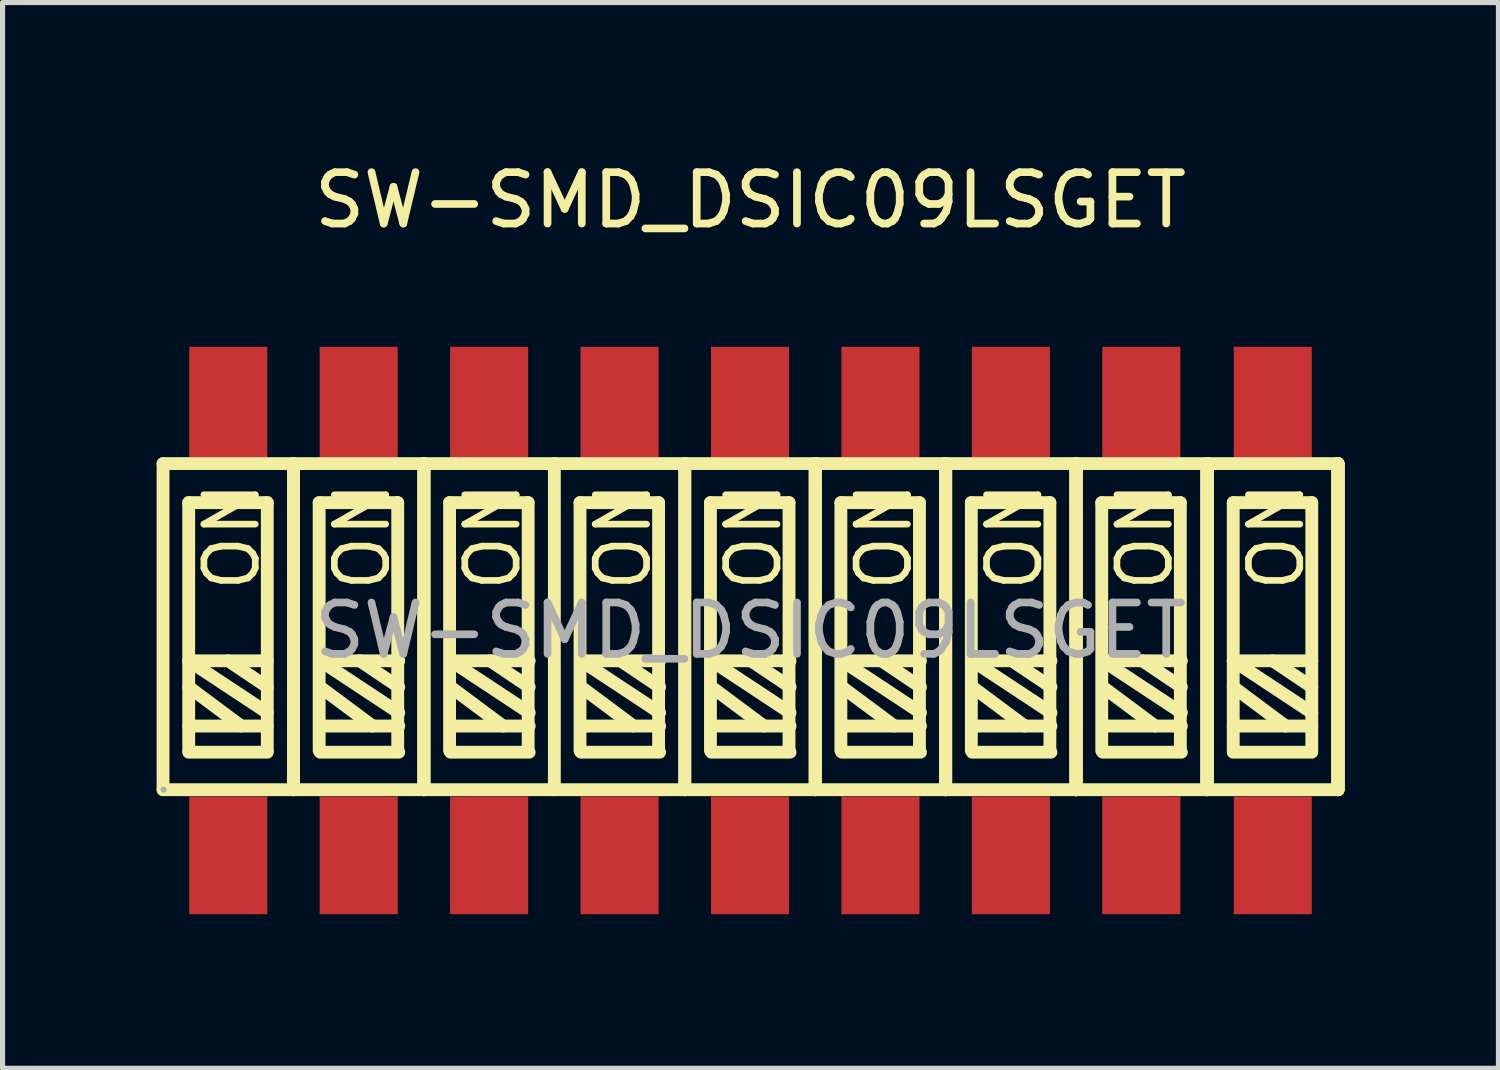
<source format=kicad_pcb>
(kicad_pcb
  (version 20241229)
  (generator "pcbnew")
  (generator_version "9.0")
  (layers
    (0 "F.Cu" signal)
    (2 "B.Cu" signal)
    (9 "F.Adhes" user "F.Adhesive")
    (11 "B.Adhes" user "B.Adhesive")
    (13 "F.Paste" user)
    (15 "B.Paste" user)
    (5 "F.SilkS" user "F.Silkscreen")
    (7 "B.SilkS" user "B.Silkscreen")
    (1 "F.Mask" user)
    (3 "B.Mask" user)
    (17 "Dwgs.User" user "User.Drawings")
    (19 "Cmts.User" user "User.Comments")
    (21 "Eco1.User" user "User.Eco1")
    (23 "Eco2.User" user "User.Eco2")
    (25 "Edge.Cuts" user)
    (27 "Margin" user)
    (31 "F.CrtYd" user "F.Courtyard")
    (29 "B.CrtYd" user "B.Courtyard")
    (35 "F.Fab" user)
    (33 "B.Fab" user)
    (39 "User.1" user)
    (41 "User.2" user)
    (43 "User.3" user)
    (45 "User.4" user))
  (footprint "SW-SMD_DSIC09LSGET"
    (layer "F.Cu")
    (at 11.565 9.228)
    (property "Reference" "SW-SMD_DSIC09LSGET" (at 0 -8.38 0) (layer "F.SilkS") (effects (font (size 1 1) (thickness 0.15))))
    (attr through_hole)
    (fp_line (start -11.44 -3.25) (end -11.44 3.1) (stroke (width 0.25) (type solid)) (layer "F.SilkS"))
    (fp_line (start -11.44 3.1) (end -8.9 3.1) (stroke (width 0.25) (type solid)) (layer "F.SilkS"))
    (fp_line (start -10.94 -2.49) (end -10.94 2.34) (stroke (width 0.25) (type solid)) (layer "F.SilkS"))
    (fp_line (start -10.94 0.59) (end -9.41 1.6) (stroke (width 0.25) (type solid)) (layer "F.SilkS"))
    (fp_line (start -10.94 1.1) (end -9.92 1.86) (stroke (width 0.25) (type solid)) (layer "F.SilkS"))
    (fp_line (start -10.94 1.86) (end -9.41 1.86) (stroke (width 0.25) (type solid)) (layer "F.SilkS"))
    (fp_line (start -10.94 2.37) (end -9.41 2.37) (stroke (width 0.25) (type solid)) (layer "F.SilkS"))
    (fp_line (start -10.17 0.59) (end -9.41 1.1) (stroke (width 0.25) (type solid)) (layer "F.SilkS"))
    (fp_line (start -9.41 -2.49) (end -10.94 -2.49) (stroke (width 0.25) (type solid)) (layer "F.SilkS"))
    (fp_line (start -9.41 0.59) (end -10.94 0.59) (stroke (width 0.25) (type solid)) (layer "F.SilkS"))
    (fp_line (start -9.41 2.34) (end -9.41 -2.49) (stroke (width 0.25) (type solid)) (layer "F.SilkS"))
    (fp_line (start -8.9 -3.25) (end -11.44 -3.25) (stroke (width 0.25) (type solid)) (layer "F.SilkS"))
    (fp_line (start -8.9 -3.25) (end -6.36 -3.25) (stroke (width 0.25) (type solid)) (layer "F.SilkS"))
    (fp_line (start -8.9 3.1) (end -8.9 -3.25) (stroke (width 0.25) (type solid)) (layer "F.SilkS"))
    (fp_line (start -8.9 3.1) (end -8.9 -3.25) (stroke (width 0.25) (type solid)) (layer "F.SilkS"))
    (fp_line (start -8.4 -2.49) (end -6.87 -2.49) (stroke (width 0.25) (type solid)) (layer "F.SilkS"))
    (fp_line (start -8.4 2.34) (end -8.4 -2.49) (stroke (width 0.25) (type solid)) (layer "F.SilkS"))
    (fp_line (start -8.38 0.59) (end -6.85 1.6) (stroke (width 0.25) (type solid)) (layer "F.SilkS"))
    (fp_line (start -8.38 1.1) (end -7.36 1.86) (stroke (width 0.25) (type solid)) (layer "F.SilkS"))
    (fp_line (start -8.38 1.86) (end -6.85 1.86) (stroke (width 0.25) (type solid)) (layer "F.SilkS"))
    (fp_line (start -8.38 2.37) (end -6.85 2.37) (stroke (width 0.25) (type solid)) (layer "F.SilkS"))
    (fp_line (start -7.61 0.59) (end -6.85 1.1) (stroke (width 0.25) (type solid)) (layer "F.SilkS"))
    (fp_line (start -6.87 -2.49) (end -6.87 2.34) (stroke (width 0.25) (type solid)) (layer "F.SilkS"))
    (fp_line (start -6.85 0.59) (end -8.38 0.59) (stroke (width 0.25) (type solid)) (layer "F.SilkS"))
    (fp_line (start -6.36 -3.25) (end -6.36 3.1) (stroke (width 0.25) (type solid)) (layer "F.SilkS"))
    (fp_line (start -6.36 -3.25) (end -3.82 -3.25) (stroke (width 0.25) (type solid)) (layer "F.SilkS"))
    (fp_line (start -6.36 3.1) (end -8.9 3.1) (stroke (width 0.25) (type solid)) (layer "F.SilkS"))
    (fp_line (start -6.36 3.1) (end -6.36 -3.25) (stroke (width 0.25) (type solid)) (layer "F.SilkS"))
    (fp_line (start -6.36 3.1) (end -6.36 -3.25) (stroke (width 0.25) (type solid)) (layer "F.SilkS"))
    (fp_line (start -5.86 -2.49) (end -5.86 2.34) (stroke (width 0.25) (type solid)) (layer "F.SilkS"))
    (fp_line (start -5.84 0.59) (end -4.31 0.59) (stroke (width 0.25) (type solid)) (layer "F.SilkS"))
    (fp_line (start -5.84 1.1) (end -4.82 1.86) (stroke (width 0.25) (type solid)) (layer "F.SilkS"))
    (fp_line (start -5.84 1.86) (end -4.31 1.86) (stroke (width 0.25) (type solid)) (layer "F.SilkS"))
    (fp_line (start -5.07 0.59) (end -4.31 1.1) (stroke (width 0.25) (type solid)) (layer "F.SilkS"))
    (fp_line (start -4.33 -2.49) (end -5.86 -2.49) (stroke (width 0.25) (type solid)) (layer "F.SilkS"))
    (fp_line (start -4.33 2.34) (end -4.33 -2.49) (stroke (width 0.25) (type solid)) (layer "F.SilkS"))
    (fp_line (start -4.31 1.6) (end -5.84 0.59) (stroke (width 0.25) (type solid)) (layer "F.SilkS"))
    (fp_line (start -4.31 2.37) (end -5.84 2.37) (stroke (width 0.25) (type solid)) (layer "F.SilkS"))
    (fp_line (start -3.82 -3.25) (end -1.28 -3.25) (stroke (width 0.25) (type solid)) (layer "F.SilkS"))
    (fp_line (start -3.82 3.1) (end -6.36 3.1) (stroke (width 0.25) (type solid)) (layer "F.SilkS"))
    (fp_line (start -3.82 3.1) (end -3.82 -3.25) (stroke (width 0.25) (type solid)) (layer "F.SilkS"))
    (fp_line (start -3.32 -2.49) (end -1.79 -2.49) (stroke (width 0.25) (type solid)) (layer "F.SilkS"))
    (fp_line (start -3.32 2.34) (end -3.32 -2.49) (stroke (width 0.25) (type solid)) (layer "F.SilkS"))
    (fp_line (start -3.3 0.59) (end -1.77 1.6) (stroke (width 0.25) (type solid)) (layer "F.SilkS"))
    (fp_line (start -3.3 1.1) (end -2.28 1.86) (stroke (width 0.25) (type solid)) (layer "F.SilkS"))
    (fp_line (start -3.3 1.86) (end -1.77 1.86) (stroke (width 0.25) (type solid)) (layer "F.SilkS"))
    (fp_line (start -3.3 2.37) (end -1.77 2.37) (stroke (width 0.25) (type solid)) (layer "F.SilkS"))
    (fp_line (start -2.53 0.59) (end -1.77 1.1) (stroke (width 0.25) (type solid)) (layer "F.SilkS"))
    (fp_line (start -1.79 -2.49) (end -1.79 2.34) (stroke (width 0.25) (type solid)) (layer "F.SilkS"))
    (fp_line (start -1.77 0.59) (end -3.3 0.59) (stroke (width 0.25) (type solid)) (layer "F.SilkS"))
    (fp_line (start -1.28 -3.25) (end -1.28 3.1) (stroke (width 0.25) (type solid)) (layer "F.SilkS"))
    (fp_line (start -1.28 -3.25) (end 1.26 -3.25) (stroke (width 0.25) (type solid)) (layer "F.SilkS"))
    (fp_line (start -1.28 3.1) (end -3.82 3.1) (stroke (width 0.25) (type solid)) (layer "F.SilkS"))
    (fp_line (start -1.28 3.1) (end -1.28 -3.25) (stroke (width 0.25) (type solid)) (layer "F.SilkS"))
    (fp_line (start -0.78 -2.49) (end -0.78 2.34) (stroke (width 0.25) (type solid)) (layer "F.SilkS"))
    (fp_line (start -0.76 0.59) (end 0.77 0.59) (stroke (width 0.25) (type solid)) (layer "F.SilkS"))
    (fp_line (start -0.76 1.1) (end 0.26 1.86) (stroke (width 0.25) (type solid)) (layer "F.SilkS"))
    (fp_line (start -0.76 1.86) (end 0.77 1.86) (stroke (width 0.25) (type solid)) (layer "F.SilkS"))
    (fp_line (start 0.01 0.59) (end 0.77 1.1) (stroke (width 0.25) (type solid)) (layer "F.SilkS"))
    (fp_line (start 0.75 -2.49) (end -0.78 -2.49) (stroke (width 0.25) (type solid)) (layer "F.SilkS"))
    (fp_line (start 0.75 2.34) (end 0.75 -2.49) (stroke (width 0.25) (type solid)) (layer "F.SilkS"))
    (fp_line (start 0.77 1.6) (end -0.76 0.59) (stroke (width 0.25) (type solid)) (layer "F.SilkS"))
    (fp_line (start 0.77 2.37) (end -0.76 2.37) (stroke (width 0.25) (type solid)) (layer "F.SilkS"))
    (fp_line (start 1.26 -3.25) (end 1.26 3.1) (stroke (width 0.25) (type solid)) (layer "F.SilkS"))
    (fp_line (start 1.26 -3.25) (end 1.26 3.1) (stroke (width 0.25) (type solid)) (layer "F.SilkS"))
    (fp_line (start 1.26 3.1) (end -1.28 3.1) (stroke (width 0.25) (type solid)) (layer "F.SilkS"))
    (fp_line (start 1.26 3.1) (end 1.26 -3.25) (stroke (width 0.25) (type solid)) (layer "F.SilkS"))
    (fp_line (start 1.26 3.1) (end 3.8 3.1) (stroke (width 0.25) (type solid)) (layer "F.SilkS"))
    (fp_line (start 1.76 -2.49) (end 3.29 -2.49) (stroke (width 0.25) (type solid)) (layer "F.SilkS"))
    (fp_line (start 1.76 2.34) (end 1.76 -2.49) (stroke (width 0.25) (type solid)) (layer "F.SilkS"))
    (fp_line (start 1.78 0.59) (end 3.31 1.6) (stroke (width 0.25) (type solid)) (layer "F.SilkS"))
    (fp_line (start 1.78 1.1) (end 2.8 1.86) (stroke (width 0.25) (type solid)) (layer "F.SilkS"))
    (fp_line (start 1.78 1.86) (end 3.31 1.86) (stroke (width 0.25) (type solid)) (layer "F.SilkS"))
    (fp_line (start 1.78 2.37) (end 3.31 2.37) (stroke (width 0.25) (type solid)) (layer "F.SilkS"))
    (fp_line (start 2.55 0.59) (end 3.31 1.1) (stroke (width 0.25) (type solid)) (layer "F.SilkS"))
    (fp_line (start 3.29 -2.49) (end 3.29 2.34) (stroke (width 0.25) (type solid)) (layer "F.SilkS"))
    (fp_line (start 3.31 0.59) (end 1.78 0.59) (stroke (width 0.25) (type solid)) (layer "F.SilkS"))
    (fp_line (start 3.8 -3.25) (end 1.26 -3.25) (stroke (width 0.25) (type solid)) (layer "F.SilkS"))
    (fp_line (start 3.8 -3.25) (end 3.8 3.1) (stroke (width 0.25) (type solid)) (layer "F.SilkS"))
    (fp_line (start 3.8 -3.25) (end 3.8 3.1) (stroke (width 0.25) (type solid)) (layer "F.SilkS"))
    (fp_line (start 3.8 3.1) (end 3.8 -3.25) (stroke (width 0.25) (type solid)) (layer "F.SilkS"))
    (fp_line (start 3.8 3.1) (end 3.8 -3.25) (stroke (width 0.25) (type solid)) (layer "F.SilkS"))
    (fp_line (start 3.8 3.1) (end 6.34 3.1) (stroke (width 0.25) (type solid)) (layer "F.SilkS"))
    (fp_line (start 4.3 -2.49) (end 4.3 2.34) (stroke (width 0.25) (type solid)) (layer "F.SilkS"))
    (fp_line (start 4.32 0.59) (end 5.85 0.59) (stroke (width 0.25) (type solid)) (layer "F.SilkS"))
    (fp_line (start 4.32 1.1) (end 5.34 1.86) (stroke (width 0.25) (type solid)) (layer "F.SilkS"))
    (fp_line (start 4.32 1.86) (end 5.85 1.86) (stroke (width 0.25) (type solid)) (layer "F.SilkS"))
    (fp_line (start 5.09 0.59) (end 5.85 1.1) (stroke (width 0.25) (type solid)) (layer "F.SilkS"))
    (fp_line (start 5.83 -2.49) (end 4.3 -2.49) (stroke (width 0.25) (type solid)) (layer "F.SilkS"))
    (fp_line (start 5.83 2.34) (end 5.83 -2.49) (stroke (width 0.25) (type solid)) (layer "F.SilkS"))
    (fp_line (start 5.85 1.6) (end 4.32 0.59) (stroke (width 0.25) (type solid)) (layer "F.SilkS"))
    (fp_line (start 5.85 2.37) (end 4.32 2.37) (stroke (width 0.25) (type solid)) (layer "F.SilkS"))
    (fp_line (start 6.34 -3.25) (end 3.8 -3.25) (stroke (width 0.25) (type solid)) (layer "F.SilkS"))
    (fp_line (start 6.34 -3.25) (end 6.34 3.1) (stroke (width 0.25) (type solid)) (layer "F.SilkS"))
    (fp_line (start 6.34 -3.25) (end 8.88 -3.25) (stroke (width 0.25) (type solid)) (layer "F.SilkS"))
    (fp_line (start 6.34 3.1) (end 6.34 -3.25) (stroke (width 0.25) (type solid)) (layer "F.SilkS"))
    (fp_line (start 6.34 3.1) (end 6.34 -3.25) (stroke (width 0.25) (type solid)) (layer "F.SilkS"))
    (fp_line (start 6.34 3.1) (end 6.34 -3.25) (stroke (width 0.25) (type solid)) (layer "F.SilkS"))
    (fp_line (start 6.34 3.1) (end 6.34 -3.25) (stroke (width 0.25) (type solid)) (layer "F.SilkS"))
    (fp_line (start 6.84 -2.49) (end 8.37 -2.49) (stroke (width 0.25) (type solid)) (layer "F.SilkS"))
    (fp_line (start 6.84 2.34) (end 6.84 -2.49) (stroke (width 0.25) (type solid)) (layer "F.SilkS"))
    (fp_line (start 6.86 0.59) (end 8.39 1.6) (stroke (width 0.25) (type solid)) (layer "F.SilkS"))
    (fp_line (start 6.86 1.1) (end 7.88 1.86) (stroke (width 0.25) (type solid)) (layer "F.SilkS"))
    (fp_line (start 6.86 1.86) (end 8.39 1.86) (stroke (width 0.25) (type solid)) (layer "F.SilkS"))
    (fp_line (start 6.86 2.37) (end 8.39 2.37) (stroke (width 0.25) (type solid)) (layer "F.SilkS"))
    (fp_line (start 7.63 0.59) (end 8.39 1.1) (stroke (width 0.25) (type solid)) (layer "F.SilkS"))
    (fp_line (start 8.37 -2.49) (end 8.37 2.34) (stroke (width 0.25) (type solid)) (layer "F.SilkS"))
    (fp_line (start 8.39 0.59) (end 6.86 0.59) (stroke (width 0.25) (type solid)) (layer "F.SilkS"))
    (fp_line (start 8.88 -3.25) (end 8.88 3.1) (stroke (width 0.25) (type solid)) (layer "F.SilkS"))
    (fp_line (start 8.88 3.1) (end 6.34 3.1) (stroke (width 0.25) (type solid)) (layer "F.SilkS"))
    (fp_line (start 8.9 -3.25) (end 8.9 3.1) (stroke (width 0.25) (type solid)) (layer "F.SilkS"))
    (fp_line (start 8.9 -3.25) (end 11.44 -3.25) (stroke (width 0.25) (type solid)) (layer "F.SilkS"))
    (fp_line (start 8.9 3.1) (end 8.9 -3.25) (stroke (width 0.25) (type solid)) (layer "F.SilkS"))
    (fp_line (start 8.9 3.1) (end 8.9 -3.25) (stroke (width 0.25) (type solid)) (layer "F.SilkS"))
    (fp_line (start 8.9 3.1) (end 8.9 -3.25) (stroke (width 0.25) (type solid)) (layer "F.SilkS"))
    (fp_line (start 9.4 -2.49) (end 10.93 -2.49) (stroke (width 0.25) (type solid)) (layer "F.SilkS"))
    (fp_line (start 9.4 0.59) (end 10.93 0.59) (stroke (width 0.25) (type solid)) (layer "F.SilkS"))
    (fp_line (start 9.4 1.1) (end 10.42 1.86) (stroke (width 0.25) (type solid)) (layer "F.SilkS"))
    (fp_line (start 9.4 1.86) (end 10.93 1.86) (stroke (width 0.25) (type solid)) (layer "F.SilkS"))
    (fp_line (start 9.4 2.34) (end 9.4 -2.49) (stroke (width 0.25) (type solid)) (layer "F.SilkS"))
    (fp_line (start 10.17 0.59) (end 10.93 1.1) (stroke (width 0.25) (type solid)) (layer "F.SilkS"))
    (fp_line (start 10.93 -2.49) (end 10.93 2.34) (stroke (width 0.25) (type solid)) (layer "F.SilkS"))
    (fp_line (start 10.93 1.6) (end 9.4 0.59) (stroke (width 0.25) (type solid)) (layer "F.SilkS"))
    (fp_line (start 10.93 2.37) (end 9.4 2.37) (stroke (width 0.25) (type solid)) (layer "F.SilkS"))
    (fp_line (start 11.44 -3.25) (end 11.44 3.1) (stroke (width 0.25) (type solid)) (layer "F.SilkS"))
    (fp_line (start 11.44 -3.25) (end 11.44 3.1) (stroke (width 0.25) (type solid)) (layer "F.SilkS"))
    (fp_line (start 11.44 -3.25) (end 11.44 3.1) (stroke (width 0.25) (type solid)) (layer "F.SilkS"))
    (fp_line (start 11.44 3.1) (end 8.9 3.1) (stroke (width 0.25) (type solid)) (layer "F.SilkS"))
    (fp_line (start 11.44 3.1) (end 11.44 -3.25) (stroke (width 0.25) (type solid)) (layer "F.SilkS"))
    (fp_line (start 11.44 3.1) (end 11.44 -3.25) (stroke (width 0.25) (type solid)) (layer "F.SilkS"))
    (fp_circle (center -11.43 3.1) (end -11.4 3.1) (stroke (width 0.06) (type solid)) (fill no) (layer "F.Fab"))
    (fp_text user "ON" (at -2.48 -0.7 90) (layer "F.SilkS") (effects (font (size 1 1) (thickness 0.13)) (justify left)))
    (fp_text user "ON" (at -10.1 -0.7 90) (layer "F.SilkS") (effects (font (size 1 1) (thickness 0.13)) (justify left)))
    (fp_text user "ON" (at -5.02 -0.7 90) (layer "F.SilkS") (effects (font (size 1 1) (thickness 0.13)) (justify left)))
    (fp_text user "ON" (at 10.24 -0.7 90) (layer "F.SilkS") (effects (font (size 1 1) (thickness 0.13)) (justify left)))
    (fp_text user "ON" (at 0.06 -0.7 90) (layer "F.SilkS") (effects (font (size 1 1) (thickness 0.13)) (justify left)))
    (fp_text user "ON" (at 7.68 -0.7 90) (layer "F.SilkS") (effects (font (size 1 1) (thickness 0.13)) (justify left)))
    (fp_text user "ON" (at 5.14 -0.7 90) (layer "F.SilkS") (effects (font (size 1 1) (thickness 0.13)) (justify left)))
    (fp_text user "ON" (at -7.56 -0.7 90) (layer "F.SilkS") (effects (font (size 1 1) (thickness 0.13)) (justify left)))
    (fp_text user "ON" (at 2.6 -0.7 90) (layer "F.SilkS") (effects (font (size 1 1) (thickness 0.13)) (justify left)))
    (fp_text user "${REFERENCE}" (at 0 0 0) (layer "F.Fab") (effects (font (size 1 1) (thickness 0.15))))
    (pad "1" smd rect (at -10.17 4.38 90) (size 2.29 1.52) (layers "F.Cu" "F.Mask" "F.Paste"))
    (pad "2" smd rect (at -7.63 4.38 90) (size 2.29 1.52) (layers "F.Cu" "F.Mask" "F.Paste"))
    (pad "3" smd rect (at -5.09 4.38 90) (size 2.29 1.52) (layers "F.Cu" "F.Mask" "F.Paste"))
    (pad "4" smd rect (at -2.55 4.38 90) (size 2.29 1.52) (layers "F.Cu" "F.Mask" "F.Paste"))
    (pad "5" smd rect (at -0.01 4.38 90) (size 2.29 1.52) (layers "F.Cu" "F.Mask" "F.Paste"))
    (pad "6" smd rect (at 2.53 4.38 90) (size 2.29 1.52) (layers "F.Cu" "F.Mask" "F.Paste"))
    (pad "7" smd rect (at 5.07 4.38 90) (size 2.29 1.52) (layers "F.Cu" "F.Mask" "F.Paste"))
    (pad "8" smd rect (at 7.61 4.38 90) (size 2.29 1.52) (layers "F.Cu" "F.Mask" "F.Paste"))
    (pad "9" smd rect (at 10.17 4.38 90) (size 2.29 1.52) (layers "F.Cu" "F.Mask" "F.Paste"))
    (pad "10" smd rect (at 10.17 -4.38 90) (size 2.29 1.52) (layers "F.Cu" "F.Mask" "F.Paste"))
    (pad "11" smd rect (at 7.61 -4.38 90) (size 2.29 1.52) (layers "F.Cu" "F.Mask" "F.Paste"))
    (pad "12" smd rect (at 5.07 -4.38 90) (size 2.29 1.52) (layers "F.Cu" "F.Mask" "F.Paste"))
    (pad "13" smd rect (at 2.53 -4.38 90) (size 2.29 1.52) (layers "F.Cu" "F.Mask" "F.Paste"))
    (pad "14" smd rect (at -0.01 -4.38 90) (size 2.29 1.52) (layers "F.Cu" "F.Mask" "F.Paste"))
    (pad "15" smd rect (at -2.55 -4.38 90) (size 2.29 1.52) (layers "F.Cu" "F.Mask" "F.Paste"))
    (pad "16" smd rect (at -5.09 -4.38 90) (size 2.29 1.52) (layers "F.Cu" "F.Mask" "F.Paste"))
    (pad "17" smd rect (at -7.63 -4.38 90) (size 2.29 1.52) (layers "F.Cu" "F.Mask" "F.Paste"))
    (pad "18" smd rect (at -10.17 -4.38 90) (size 2.29 1.52) (layers "F.Cu" "F.Mask" "F.Paste")))
  (gr_rect
    (start -3 -3)
    (end 26.13 17.753)
    (stroke (width 0.1) (type default))
    (fill no)
    (layer "Edge.Cuts")))
</source>
